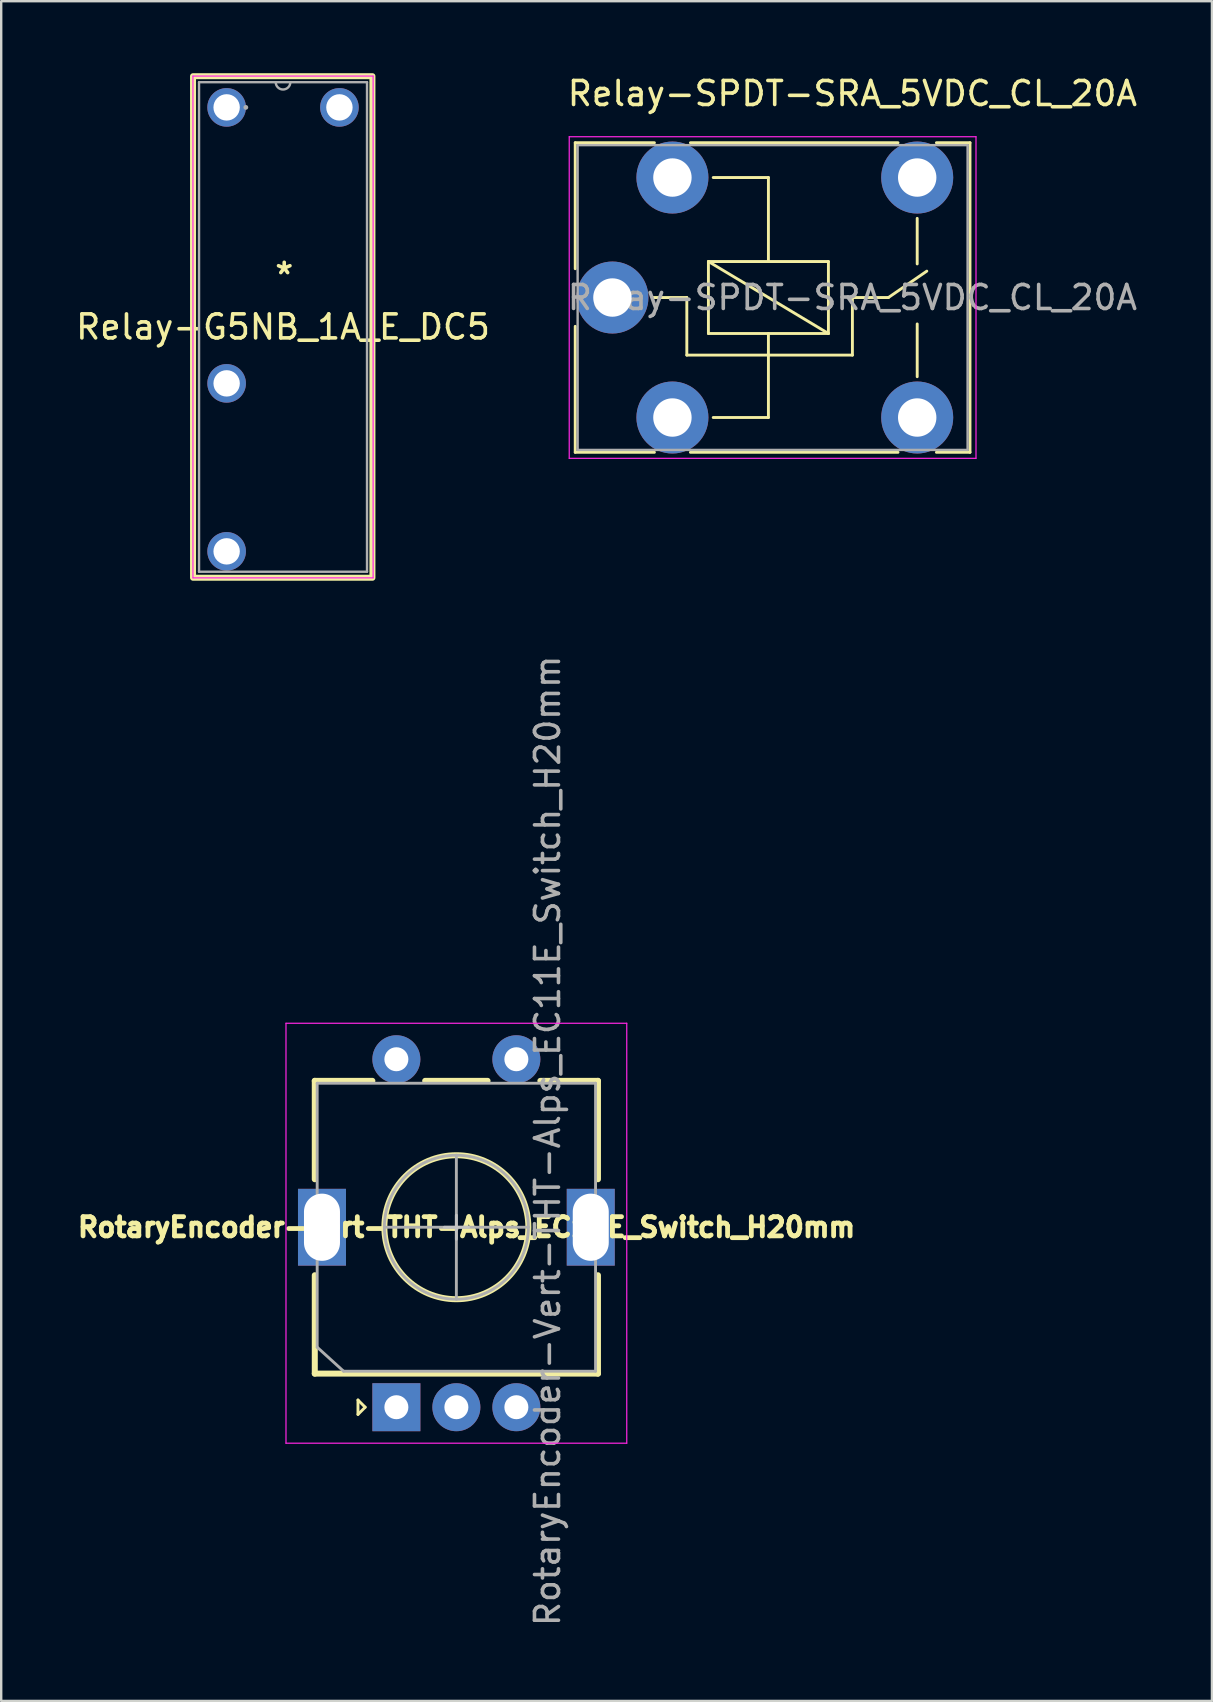
<source format=kicad_pcb>
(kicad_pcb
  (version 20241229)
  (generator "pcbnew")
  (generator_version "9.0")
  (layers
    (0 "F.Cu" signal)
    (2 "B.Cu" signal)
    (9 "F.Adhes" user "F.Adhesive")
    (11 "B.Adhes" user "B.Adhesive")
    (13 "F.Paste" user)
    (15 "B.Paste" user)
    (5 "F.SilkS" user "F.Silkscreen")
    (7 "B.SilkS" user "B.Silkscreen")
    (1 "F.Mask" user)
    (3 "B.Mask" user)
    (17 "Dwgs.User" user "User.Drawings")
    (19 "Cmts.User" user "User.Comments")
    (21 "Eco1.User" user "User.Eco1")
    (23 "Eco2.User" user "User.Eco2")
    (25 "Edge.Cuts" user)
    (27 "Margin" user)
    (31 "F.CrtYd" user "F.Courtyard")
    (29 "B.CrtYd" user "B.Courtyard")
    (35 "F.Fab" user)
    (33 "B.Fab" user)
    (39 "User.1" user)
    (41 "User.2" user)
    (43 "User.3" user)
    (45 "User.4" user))
  (footprint "RotaryEncoder-Vert-THT-Alps_EC11E_Switch_H20mm"
    (layer "F.Cu")
    (at 15.905 48.071)
    (property "Reference" "RotaryEncoder-Vert-THT-Alps_EC11E_Switch_H20mm" (at 0.487 0.018 180) (layer "F.SilkS") (effects (font (size 0.8 0.8) (thickness 0.3))))
    (attr through_hole)
    (fp_line (start -5.838 -6.082) (end -3.438 -6.082) (stroke (width 0.25) (type solid)) (layer "F.SilkS"))
    (fp_line (start -5.838 -1.982) (end -5.838 -6.082) (stroke (width 0.25) (type solid)) (layer "F.SilkS"))
    (fp_line (start -5.838 2.018) (end -5.838 6.118) (stroke (width 0.25) (type solid)) (layer "F.SilkS"))
    (fp_line (start -5.838 6.118) (end 5.962 6.118) (stroke (width 0.25) (type solid)) (layer "F.SilkS"))
    (fp_line (start -4.038 7.218) (end -3.738 7.518) (stroke (width 0.12) (type solid)) (layer "F.SilkS"))
    (fp_line (start -4.038 7.818) (end -4.038 7.218) (stroke (width 0.12) (type solid)) (layer "F.SilkS"))
    (fp_line (start -3.738 7.518) (end -4.038 7.818) (stroke (width 0.12) (type solid)) (layer "F.SilkS"))
    (fp_line (start -1.238 -6.082) (end 1.362 -6.082) (stroke (width 0.25) (type solid)) (layer "F.SilkS"))
    (fp_line (start 3.562 -6.082) (end 5.962 -6.082) (stroke (width 0.25) (type solid)) (layer "F.SilkS"))
    (fp_line (start 5.962 -6.082) (end 5.962 -1.982) (stroke (width 0.25) (type solid)) (layer "F.SilkS"))
    (fp_line (start 5.962 2.018) (end 5.962 6.118) (stroke (width 0.25) (type solid)) (layer "F.SilkS"))
    (fp_circle (center 0.062 0.018) (end 3.062 0.018) (stroke (width 0.25) (type solid)) (fill no) (layer "F.SilkS"))
    (fp_line (start -0.438 0.018) (end 0.562 0.018) (stroke (width 0.12) (type solid)) (layer "Dwgs.User"))
    (fp_line (start 0.062 0.518) (end 0.062 -0.482) (stroke (width 0.12) (type solid)) (layer "Dwgs.User"))
    (fp_line (start -7.038 9.018) (end -7.038 -8.482) (stroke (width 0.05) (type solid)) (layer "F.CrtYd"))
    (fp_line (start -7.038 9.018) (end 7.162 9.018) (stroke (width 0.05) (type solid)) (layer "F.CrtYd"))
    (fp_line (start 7.162 -8.482) (end -7.038 -8.482) (stroke (width 0.05) (type solid)) (layer "F.CrtYd"))
    (fp_line (start 7.162 -8.482) (end 7.162 9.018) (stroke (width 0.05) (type solid)) (layer "F.CrtYd"))
    (fp_line (start -5.738 -5.982) (end 5.862 -5.982) (stroke (width 0.12) (type solid)) (layer "F.Fab"))
    (fp_line (start -5.738 5.018) (end -5.738 -5.982) (stroke (width 0.12) (type solid)) (layer "F.Fab"))
    (fp_line (start -4.638 6.018) (end -5.738 5.018) (stroke (width 0.12) (type solid)) (layer "F.Fab"))
    (fp_line (start -2.938 0.018) (end 3.062 0.018) (stroke (width 0.12) (type solid)) (layer "F.Fab"))
    (fp_line (start 0.062 3.018) (end 0.062 -2.982) (stroke (width 0.12) (type solid)) (layer "F.Fab"))
    (fp_line (start 5.862 -5.982) (end 5.862 6.018) (stroke (width 0.12) (type solid)) (layer "F.Fab"))
    (fp_line (start 5.862 6.018) (end -4.638 6.018) (stroke (width 0.12) (type solid)) (layer "F.Fab"))
    (fp_circle (center 0.062 0.018) (end 0.062 -2.982) (stroke (width 0.12) (type solid)) (fill no) (layer "F.Fab"))
    (fp_text user "${REFERENCE}" (at 3.862 -3.582 270) (layer "F.Fab") (effects (font (size 1 1) (thickness 0.15))))
    (pad "A" thru_hole rect (at -2.438 7.518 90) (size 2 2) (drill 1) (layers "*.Cu" "*.Mask"))
    (pad "B" thru_hole circle (at 2.562 7.518 90) (size 2 2) (drill 1) (layers "*.Cu" "*.Mask"))
    (pad "C" thru_hole circle (at 0.062 7.518 90) (size 2 2) (drill 1) (layers "*.Cu" "*.Mask"))
    (pad "MP" thru_hole rect (at -5.538 0.018 90) (size 3.2 2) (drill oval 2.8 1.5) (layers "*.Cu" "*.Mask"))
    (pad "MP" thru_hole rect (at 5.662 0.018 90) (size 3.2 2) (drill oval 2.8 1.5) (layers "*.Cu" "*.Mask"))
    (pad "S1" thru_hole circle (at 2.562 -6.982 90) (size 2 2) (drill 1) (layers "*.Cu" "*.Mask"))
    (pad "S2" thru_hole circle (at -2.438 -6.982 90) (size 2 2) (drill 1) (layers "*.Cu" "*.Mask")))
  (footprint "Relay-G5NB_1A_E_DC5"
    (layer "F.Cu")
    (at 11.094 19.725)
    (property "Reference" "Relay-G5NB_1A_E_DC5" (at -2.35 -9.15 0) (layer "F.SilkS") (effects (font (size 1 1) (thickness 0.15))))
    (attr through_hole)
    (fp_rect (start -6.1 -19.6) (end 1.375 1.3) (stroke (width 0.25) (type solid)) (fill no) (layer "F.SilkS"))
    (fp_line (start -6.104 -19.604) (end 1.404 -19.604) (stroke (width 0.05) (type solid)) (layer "F.CrtYd"))
    (fp_line (start -6.104 1.304) (end -6.104 -19.604) (stroke (width 0.05) (type solid)) (layer "F.CrtYd"))
    (fp_line (start 1.404 -19.604) (end 1.404 1.304) (stroke (width 0.05) (type solid)) (layer "F.CrtYd"))
    (fp_line (start 1.404 1.304) (end -6.104 1.304) (stroke (width 0.05) (type solid)) (layer "F.CrtYd"))
    (fp_line (start -5.85 -19.35) (end -5.85 1.05) (stroke (width 0.1) (type solid)) (layer "F.Fab"))
    (fp_line (start -5.85 1.05) (end 1.15 1.05) (stroke (width 0.1) (type solid)) (layer "F.Fab"))
    (fp_line (start 1.15 -19.35) (end -5.85 -19.35) (stroke (width 0.1) (type solid)) (layer "F.Fab"))
    (fp_line (start 1.15 1.05) (end 1.15 -19.35) (stroke (width 0.1) (type solid)) (layer "F.Fab"))
    (fp_arc (start -2.0452 -19.35) (mid -2.35 -19.0452) (end -2.6548 -19.35) (stroke (width 0.1) (type solid)) (layer "F.Fab"))
    (fp_circle (center -3.9 -18.3) (end -3.9 -18.3) (stroke (width 0.1) (type solid)) (fill no) (layer "F.Fab"))
    (fp_text user "*" (at -2.3 -11.3 0) (layer "F.SilkS") (effects (font (size 1 1) (thickness 0.15))))
    (pad "1" thru_hole circle (at -4.7 -18.3) (size 1.608 1.608) (drill 1.1) (layers "*.Cu" "*.Mask"))
    (pad "2" thru_hole circle (at -4.7 -6.8) (size 1.608 1.608) (drill 1.1) (layers "*.Cu" "*.Mask"))
    (pad "3" thru_hole circle (at -4.7 0.2) (size 1.608 1.608) (drill 1.1) (layers "*.Cu" "*.Mask"))
    (pad "4" thru_hole circle (at 0 -18.3) (size 1.608 1.608) (drill 1.1) (layers "*.Cu" "*.Mask")))
  (footprint "Relay-SPDT-SRA_5VDC_CL_20A"
    (layer "F.Cu")
    (at 32.47 9.348)
    (property "Reference" "Relay-SPDT-SRA_5VDC_CL_20A" (at 0 -8.5 0) (unlocked yes) (layer "F.SilkS") (effects (font (size 1 1) (thickness 0.15))))
    (attr through_hole)
    (fp_line (start -11.55 -6.45) (end -11.55 -1.2) (stroke (width 0.12) (type solid)) (layer "F.SilkS"))
    (fp_line (start -11.55 -6.45) (end -8.25 -6.45) (stroke (width 0.12) (type solid)) (layer "F.SilkS"))
    (fp_line (start -11.55 1.2) (end -11.55 6.45) (stroke (width 0.12) (type solid)) (layer "F.SilkS"))
    (fp_line (start -11.55 6.45) (end -8.25 6.45) (stroke (width 0.12) (type solid)) (layer "F.SilkS"))
    (fp_line (start -6.9 0) (end -8.3 0) (stroke (width 0.12) (type solid)) (layer "F.SilkS"))
    (fp_line (start -6.9 0) (end -6.9 2.4) (stroke (width 0.12) (type solid)) (layer "F.SilkS"))
    (fp_line (start -6.75 -6.45) (end 1.9 -6.45) (stroke (width 0.12) (type solid)) (layer "F.SilkS"))
    (fp_line (start -6.75 6.45) (end 1.9 6.45) (stroke (width 0.12) (type solid)) (layer "F.SilkS"))
    (fp_line (start -6 -1.5) (end -1 -1.5) (stroke (width 0.12) (type solid)) (layer "F.SilkS"))
    (fp_line (start -6 1.5) (end -6 -1.5) (stroke (width 0.12) (type solid)) (layer "F.SilkS"))
    (fp_line (start -5.8 5) (end -3.5 5) (stroke (width 0.12) (type solid)) (layer "F.SilkS"))
    (fp_line (start -3.5 -5) (end -5.8 -5) (stroke (width 0.12) (type solid)) (layer "F.SilkS"))
    (fp_line (start -3.5 -5) (end -3.5 -1.5) (stroke (width 0.12) (type solid)) (layer "F.SilkS"))
    (fp_line (start -3.5 1.5) (end -3.5 5) (stroke (width 0.12) (type solid)) (layer "F.SilkS"))
    (fp_line (start -1 -1.5) (end -1 1.5) (stroke (width 0.12) (type solid)) (layer "F.SilkS"))
    (fp_line (start -1 1.5) (end -6 -1.5) (stroke (width 0.12) (type solid)) (layer "F.SilkS"))
    (fp_line (start -1 1.5) (end -6 1.5) (stroke (width 0.12) (type solid)) (layer "F.SilkS"))
    (fp_line (start 0 0) (end 0 2.4) (stroke (width 0.12) (type solid)) (layer "F.SilkS"))
    (fp_line (start 0 0) (end 1.5 0) (stroke (width 0.12) (type solid)) (layer "F.SilkS"))
    (fp_line (start 0 2.4) (end -6.9 2.4) (stroke (width 0.12) (type solid)) (layer "F.SilkS"))
    (fp_line (start 1.5 0) (end 3.1 -1.1) (stroke (width 0.12) (type solid)) (layer "F.SilkS"))
    (fp_line (start 2.7 -3.3) (end 2.7 -1.4) (stroke (width 0.12) (type solid)) (layer "F.SilkS"))
    (fp_line (start 2.7 3.3) (end 2.7 1.1) (stroke (width 0.12) (type solid)) (layer "F.SilkS"))
    (fp_line (start 4.9 -6.45) (end 3.5 -6.45) (stroke (width 0.12) (type solid)) (layer "F.SilkS"))
    (fp_line (start 4.9 -6.45) (end 4.9 6.45) (stroke (width 0.12) (type solid)) (layer "F.SilkS"))
    (fp_line (start 4.9 6.45) (end 3.5 6.45) (stroke (width 0.12) (type solid)) (layer "F.SilkS"))
    (fp_line (start -11.8 6.7) (end -11.8 -6.7) (stroke (width 0.05) (type solid)) (layer "F.CrtYd"))
    (fp_line (start -11.8 6.7) (end 5.15 6.7) (stroke (width 0.05) (type solid)) (layer "F.CrtYd"))
    (fp_line (start 5.15 -6.7) (end -11.8 -6.7) (stroke (width 0.05) (type solid)) (layer "F.CrtYd"))
    (fp_line (start 5.15 -6.7) (end 5.15 6.7) (stroke (width 0.05) (type solid)) (layer "F.CrtYd"))
    (fp_line (start -11.45 -6.35) (end 4.8 -6.35) (stroke (width 0.1) (type solid)) (layer "F.Fab"))
    (fp_line (start -11.45 6.35) (end -11.45 -6.35) (stroke (width 0.1) (type solid)) (layer "F.Fab"))
    (fp_line (start 4.8 -6.35) (end 4.8 6.35) (stroke (width 0.1) (type solid)) (layer "F.Fab"))
    (fp_line (start 4.8 6.35) (end -11.45 6.35) (stroke (width 0.1) (type solid)) (layer "F.Fab"))
    (fp_text user "${REFERENCE}" (at 0 0 0) (unlocked yes) (layer "F.Fab") (effects (font (size 1 1) (thickness 0.15))))
    (pad "11" thru_hole circle (at -10 0) (size 3 3) (drill 1.6) (layers "*.Cu" "*.Mask"))
    (pad "12" thru_hole circle (at 2.7 -5) (size 3 3) (drill 1.6) (layers "*.Cu" "*.Mask"))
    (pad "14" thru_hole circle (at 2.7 5) (size 3 3) (drill 1.6) (layers "*.Cu" "*.Mask"))
    (pad "A1" thru_hole circle (at -7.5 5) (size 3 3) (drill 1.6) (layers "*.Cu" "*.Mask"))
    (pad "A2" thru_hole circle (at -7.5 -5) (size 3 3) (drill 1.6) (layers "*.Cu" "*.Mask")))
  (gr_rect
    (start -3 -3)
    (end 47.452 67.829)
    (stroke (width 0.1) (type default))
    (fill no)
    (layer "Edge.Cuts")))
</source>
